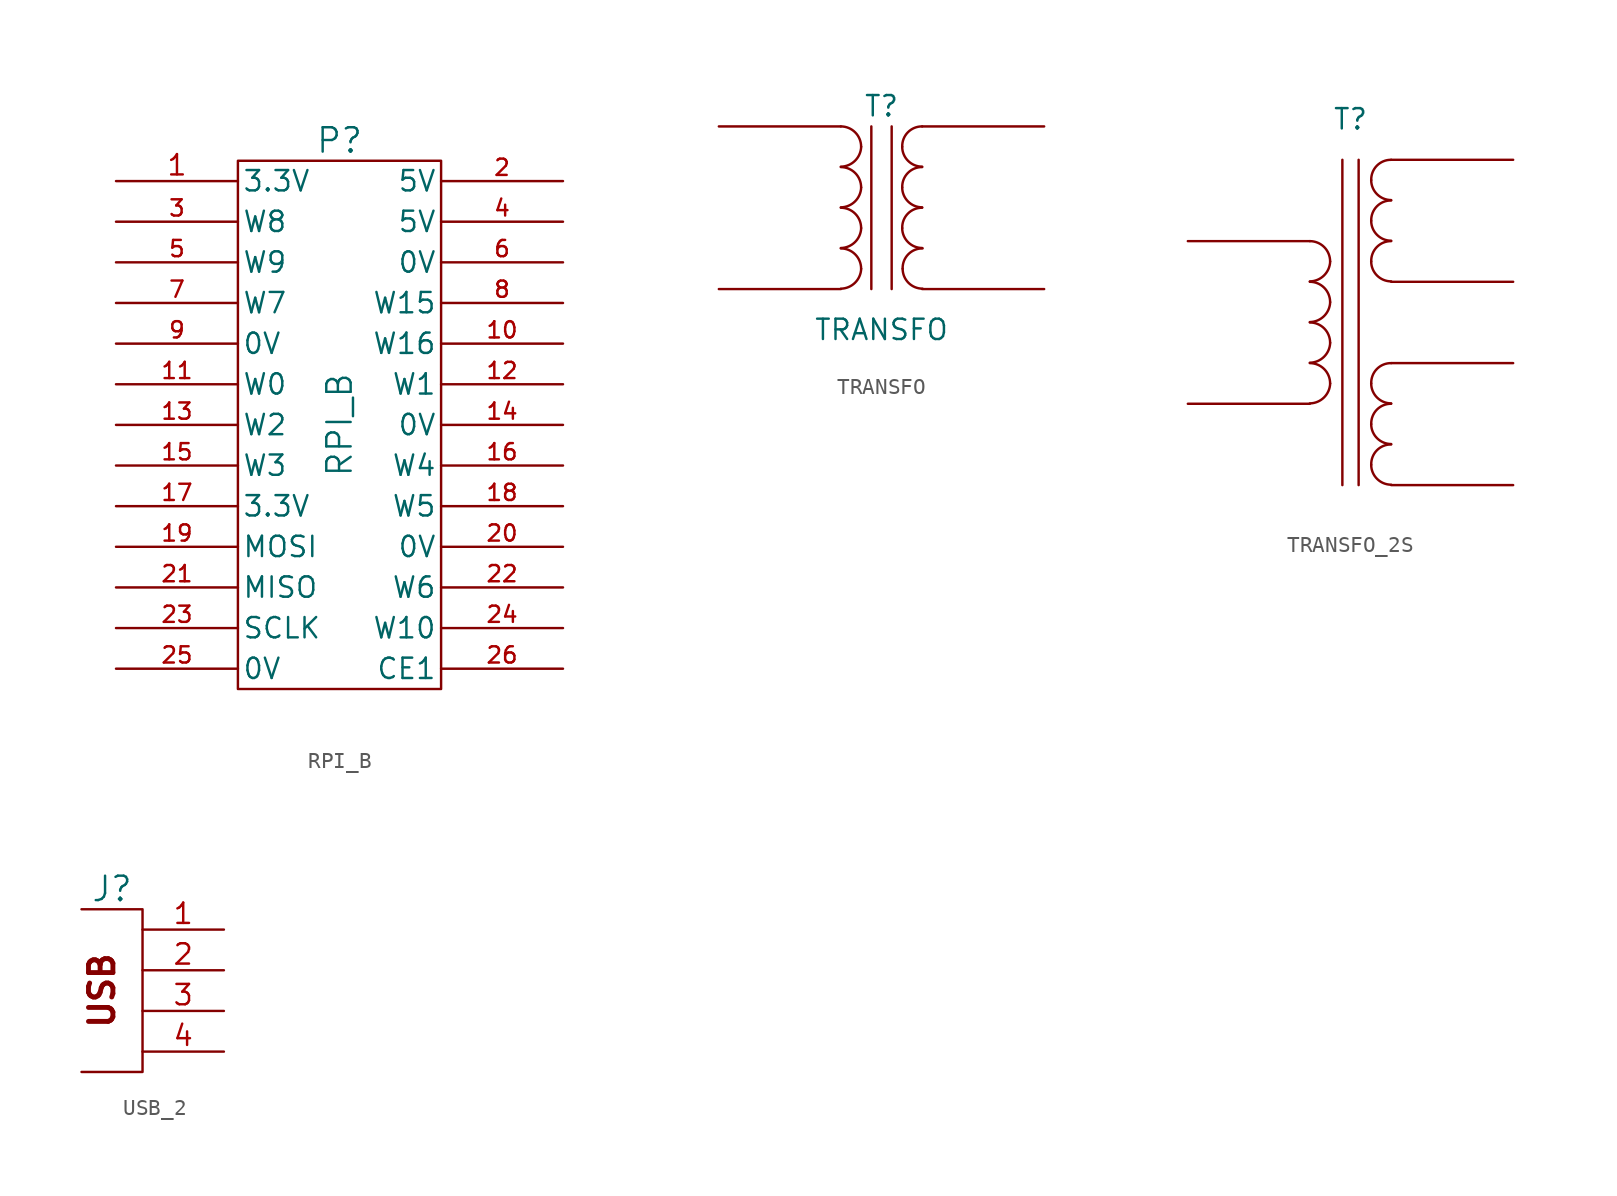
<source format=kicad_sym>
(kicad_symbol_lib
  (version 20211014)
  (generator kicad_symbol_editor)
  (symbol "RPI_B"
    (pin_names
      (offset 0.254))
    (property "Reference" "P"
      (at 0 17.78 0)
      (effects (font (size 1.524 1.524))))
    (property "Value" "RPI_B"
      (at 0 0 90)
      (effects (font (size 1.524 1.524))))
    (property "Footprint" ""
      (at 0 0 0)
      (effects (font (size 1.524 1.524))))
    (property "Datasheet" ""
      (at 0 0 0)
      (effects (font (size 1.524 1.524))))
    (symbol "RPI_B_0_1"
      (rectangle (start -6.35 16.51) (end 6.35 -16.51) (stroke (width 0) (type default) (color 0 0 0 0)) (fill (type none))))
    (symbol "RPI_B_1_1"
      (pin passive line (at -13.97 15.24 0) (length 7.62) (name "3.3V" (effects (font (size 1.27 1.27)))) (number "1" (effects (font (size 1.27 1.27)))))
      (pin passive line (at 13.97 5.08 180) (length 7.62) (name "W16" (effects (font (size 1.27 1.27)))) (number "10" (effects (font (size 1.016 1.016)))))
      (pin passive line (at -13.97 2.54 0) (length 7.62) (name "W0" (effects (font (size 1.27 1.27)))) (number "11" (effects (font (size 1.016 1.016)))))
      (pin passive line (at 13.97 2.54 180) (length 7.62) (name "W1" (effects (font (size 1.27 1.27)))) (number "12" (effects (font (size 1.016 1.016)))))
      (pin passive line (at -13.97 0 0) (length 7.62) (name "W2" (effects (font (size 1.27 1.27)))) (number "13" (effects (font (size 1.016 1.016)))))
      (pin passive line (at 13.97 0 180) (length 7.62) (name "0V" (effects (font (size 1.27 1.27)))) (number "14" (effects (font (size 1.016 1.016)))))
      (pin passive line (at -13.97 -2.54 0) (length 7.62) (name "W3" (effects (font (size 1.27 1.27)))) (number "15" (effects (font (size 1.016 1.016)))))
      (pin passive line (at 13.97 -2.54 180) (length 7.62) (name "W4" (effects (font (size 1.27 1.27)))) (number "16" (effects (font (size 1.016 1.016)))))
      (pin passive line (at -13.97 -5.08 0) (length 7.62) (name "3.3V" (effects (font (size 1.27 1.27)))) (number "17" (effects (font (size 1.016 1.016)))))
      (pin passive line (at 13.97 -5.08 180) (length 7.62) (name "W5" (effects (font (size 1.27 1.27)))) (number "18" (effects (font (size 1.016 1.016)))))
      (pin passive line (at -13.97 -7.62 0) (length 7.62) (name "MOSI" (effects (font (size 1.27 1.27)))) (number "19" (effects (font (size 1.016 1.016)))))
      (pin passive line (at 13.97 15.24 180) (length 7.62) (name "5V" (effects (font (size 1.27 1.27)))) (number "2" (effects (font (size 1.016 1.016)))))
      (pin passive line (at 13.97 -7.62 180) (length 7.62) (name "0V" (effects (font (size 1.27 1.27)))) (number "20" (effects (font (size 1.016 1.016)))))
      (pin passive line (at -13.97 -10.16 0) (length 7.62) (name "MISO" (effects (font (size 1.27 1.27)))) (number "21" (effects (font (size 1.016 1.016)))))
      (pin passive line (at 13.97 -10.16 180) (length 7.62) (name "W6" (effects (font (size 1.27 1.27)))) (number "22" (effects (font (size 1.016 1.016)))))
      (pin passive line (at -13.97 -12.7 0) (length 7.62) (name "SCLK" (effects (font (size 1.27 1.27)))) (number "23" (effects (font (size 1.016 1.016)))))
      (pin passive line (at 13.97 -12.7 180) (length 7.62) (name "W10" (effects (font (size 1.27 1.27)))) (number "24" (effects (font (size 1.016 1.016)))))
      (pin passive line (at -13.97 -15.24 0) (length 7.62) (name "0V" (effects (font (size 1.27 1.27)))) (number "25" (effects (font (size 1.016 1.016)))))
      (pin passive line (at 13.97 -15.24 180) (length 7.62) (name "CE1" (effects (font (size 1.27 1.27)))) (number "26" (effects (font (size 1.016 1.016)))))
      (pin passive line (at -13.97 12.7 0) (length 7.62) (name "W8" (effects (font (size 1.27 1.27)))) (number "3" (effects (font (size 1.016 1.016)))))
      (pin passive line (at 13.97 12.7 180) (length 7.62) (name "5V" (effects (font (size 1.27 1.27)))) (number "4" (effects (font (size 1.016 1.016)))))
      (pin passive line (at -13.97 10.16 0) (length 7.62) (name "W9" (effects (font (size 1.27 1.27)))) (number "5" (effects (font (size 1.016 1.016)))))
      (pin passive line (at 13.97 10.16 180) (length 7.62) (name "0V" (effects (font (size 1.27 1.27)))) (number "6" (effects (font (size 1.016 1.016)))))
      (pin passive line (at -13.97 7.62 0) (length 7.62) (name "W7" (effects (font (size 1.27 1.27)))) (number "7" (effects (font (size 1.016 1.016)))))
      (pin passive line (at 13.97 7.62 180) (length 7.62) (name "W15" (effects (font (size 1.27 1.27)))) (number "8" (effects (font (size 1.016 1.016)))))
      (pin passive line (at -13.97 5.08 0) (length 7.62) (name "0V" (effects (font (size 1.27 1.27)))) (number "9" (effects (font (size 1.016 1.016)))))))
  (symbol "TRANSFO"
    (pin_numbers hide)
    (pin_names
      (offset 1.016) hide)
    (property "Reference" "T"
      (at 0 6.35 0)
      (effects (font (size 1.27 1.27))))
    (property "Value" "TRANSFO"
      (at 0 -7.62 0)
      (effects (font (size 1.27 1.27))))
    (property "Footprint" ""
      (at 0 0 0)
      (effects (font (size 1.27 1.27))))
    (property "Datasheet" ""
      (at 0 0 0)
      (effects (font (size 1.27 1.27))))
    (symbol "TRANSFO_0_1"
      (arc (start -2.54 -5.0546) (mid -1.6599 -4.6901) (end -1.27 -3.81) (stroke (width 0) (type default) (color 0 0 0 0)) (fill (type none)))
      (arc (start -2.54 -2.5146) (mid -1.6599 -2.1501) (end -1.27 -1.27) (stroke (width 0) (type default) (color 0 0 0 0)) (fill (type none)))
      (arc (start -2.54 0.0254) (mid -1.6599 0.3899) (end -1.27 1.27) (stroke (width 0) (type default) (color 0 0 0 0)) (fill (type none)))
      (arc (start -2.54 2.5654) (mid -1.6599 2.9299) (end -1.27 3.81) (stroke (width 0) (type default) (color 0 0 0 0)) (fill (type none)))
      (arc (start -1.27 -3.81) (mid -1.642 -2.912) (end -2.54 -2.54) (stroke (width 0) (type default) (color 0 0 0 0)) (fill (type none)))
      (arc (start -1.27 -1.27) (mid -1.642 -0.372) (end -2.54 0) (stroke (width 0) (type default) (color 0 0 0 0)) (fill (type none)))
      (arc (start -1.27 1.27) (mid -1.642 2.168) (end -2.54 2.54) (stroke (width 0) (type default) (color 0 0 0 0)) (fill (type none)))
      (arc (start -1.27 3.81) (mid -1.642 4.708) (end -2.54 5.08) (stroke (width 0) (type default) (color 0 0 0 0)) (fill (type none)))
      (polyline (pts (xy -0.635 5.08) (xy -0.635 -5.08)) (stroke (width 0) (type default) (color 0 0 0 0)) (fill (type none)))
      (polyline (pts (xy 0.635 -5.08) (xy 0.635 5.08)) (stroke (width 0) (type default) (color 0 0 0 0)) (fill (type none)))
      (arc (start 1.2954 -1.27) (mid 1.6599 -2.1501) (end 2.54 -2.5146) (stroke (width 0) (type default) (color 0 0 0 0)) (fill (type none)))
      (arc (start 1.2954 1.27) (mid 1.6599 0.3899) (end 2.54 0.0254) (stroke (width 0) (type default) (color 0 0 0 0)) (fill (type none)))
      (arc (start 1.2954 3.81) (mid 1.6599 2.9299) (end 2.54 2.5654) (stroke (width 0) (type default) (color 0 0 0 0)) (fill (type none)))
      (arc (start 1.3208 -3.81) (mid 1.6853 -4.6901) (end 2.5654 -5.0546) (stroke (width 0) (type default) (color 0 0 0 0)) (fill (type none)))
      (arc (start 2.54 0) (mid 1.642 -0.372) (end 1.2954 -1.27) (stroke (width 0) (type default) (color 0 0 0 0)) (fill (type none)))
      (arc (start 2.54 2.54) (mid 1.642 2.168) (end 1.2954 1.27) (stroke (width 0) (type default) (color 0 0 0 0)) (fill (type none)))
      (arc (start 2.54 5.08) (mid 1.642 4.708) (end 1.2954 3.81) (stroke (width 0) (type default) (color 0 0 0 0)) (fill (type none)))
      (arc (start 2.5654 -2.54) (mid 1.6674 -2.912) (end 1.3208 -3.81) (stroke (width 0) (type default) (color 0 0 0 0)) (fill (type none))))
    (symbol "TRANSFO_1_1"
      (pin passive line (at -10.16 5.08 0) (length 7.62) (name "AA" (effects (font (size 1.27 1.27)))) (number "1" (effects (font (size 1.27 1.27)))))
      (pin passive line (at -10.16 -5.08 0) (length 7.62) (name "AB" (effects (font (size 1.27 1.27)))) (number "2" (effects (font (size 1.27 1.27)))))
      (pin passive line (at 10.16 -5.08 180) (length 7.62) (name "SA" (effects (font (size 1.27 1.27)))) (number "3" (effects (font (size 1.27 1.27)))))
      (pin passive line (at 10.16 5.08 180) (length 7.62) (name "SB" (effects (font (size 1.27 1.27)))) (number "4" (effects (font (size 1.27 1.27)))))))
  (symbol "TRANSFO_2S"
    (pin_numbers hide)
    (pin_names
      (offset 1.016) hide)
    (property "Reference" "T"
      (at 0 12.7 0)
      (effects (font (size 1.27 1.27))))
    (property "Footprint" ""
      (at 0 0 0)
      (effects (font (size 1.27 1.27))))
    (property "Datasheet" ""
      (at 0 0 0)
      (effects (font (size 1.27 1.27))))
    (symbol "TRANSFO_2S_0_1"
      (arc (start -2.54 -5.0546) (mid -1.6599 -4.6901) (end -1.27 -3.81) (stroke (width 0) (type default) (color 0 0 0 0)) (fill (type none)))
      (arc (start -2.54 -2.5146) (mid -1.6599 -2.1501) (end -1.27 -1.27) (stroke (width 0) (type default) (color 0 0 0 0)) (fill (type none)))
      (arc (start -2.54 0.0254) (mid -1.6599 0.3899) (end -1.27 1.27) (stroke (width 0) (type default) (color 0 0 0 0)) (fill (type none)))
      (arc (start -2.54 2.5654) (mid -1.6599 2.9299) (end -1.27 3.81) (stroke (width 0) (type default) (color 0 0 0 0)) (fill (type none)))
      (arc (start -1.27 -3.81) (mid -1.642 -2.912) (end -2.54 -2.54) (stroke (width 0) (type default) (color 0 0 0 0)) (fill (type none)))
      (arc (start -1.27 -1.27) (mid -1.642 -0.372) (end -2.54 0) (stroke (width 0) (type default) (color 0 0 0 0)) (fill (type none)))
      (arc (start -1.27 1.27) (mid -1.642 2.168) (end -2.54 2.54) (stroke (width 0) (type default) (color 0 0 0 0)) (fill (type none)))
      (arc (start -1.27 3.81) (mid -1.642 4.708) (end -2.54 5.08) (stroke (width 0) (type default) (color 0 0 0 0)) (fill (type none)))
      (polyline (pts (xy -0.508 -10.16) (xy -0.508 10.16)) (stroke (width 0) (type default) (color 0 0 0 0)) (fill (type none)))
      (polyline (pts (xy 0.508 10.16) (xy 0.508 -10.16)) (stroke (width 0) (type default) (color 0 0 0 0)) (fill (type none)))
      (arc (start 1.2954 -8.89) (mid 1.6599 -9.7701) (end 2.54 -10.1346) (stroke (width 0) (type default) (color 0 0 0 0)) (fill (type none)))
      (arc (start 1.2954 -6.35) (mid 1.6599 -7.2301) (end 2.54 -7.5946) (stroke (width 0) (type default) (color 0 0 0 0)) (fill (type none)))
      (arc (start 1.2954 -3.81) (mid 1.6599 -4.6901) (end 2.54 -5.0546) (stroke (width 0) (type default) (color 0 0 0 0)) (fill (type none)))
      (arc (start 1.2954 3.81) (mid 1.6599 2.9299) (end 2.54 2.5654) (stroke (width 0) (type default) (color 0 0 0 0)) (fill (type none)))
      (arc (start 1.2954 6.35) (mid 1.6599 5.4699) (end 2.54 5.1054) (stroke (width 0) (type default) (color 0 0 0 0)) (fill (type none)))
      (arc (start 1.2954 8.89) (mid 1.6599 8.0099) (end 2.54 7.6454) (stroke (width 0) (type default) (color 0 0 0 0)) (fill (type none)))
      (arc (start 2.54 -7.62) (mid 1.642 -7.992) (end 1.2954 -8.89) (stroke (width 0) (type default) (color 0 0 0 0)) (fill (type none)))
      (arc (start 2.54 -5.08) (mid 1.642 -5.452) (end 1.2954 -6.35) (stroke (width 0) (type default) (color 0 0 0 0)) (fill (type none)))
      (arc (start 2.54 -2.54) (mid 1.642 -2.912) (end 1.2954 -3.81) (stroke (width 0) (type default) (color 0 0 0 0)) (fill (type none)))
      (arc (start 2.54 5.08) (mid 1.642 4.708) (end 1.2954 3.81) (stroke (width 0) (type default) (color 0 0 0 0)) (fill (type none)))
      (arc (start 2.54 7.62) (mid 1.642 7.248) (end 1.2954 6.35) (stroke (width 0) (type default) (color 0 0 0 0)) (fill (type none)))
      (arc (start 2.54 10.16) (mid 1.642 9.788) (end 1.2954 8.89) (stroke (width 0) (type default) (color 0 0 0 0)) (fill (type none))))
    (symbol "TRANSFO_2S_1_1"
      (pin passive line (at -10.16 5.08 0) (length 7.62) (name "AA" (effects (font (size 1.27 1.27)))) (number "1" (effects (font (size 1.27 1.27)))))
      (pin passive line (at -10.16 -5.08 0) (length 7.62) (name "AB" (effects (font (size 1.27 1.27)))) (number "2" (effects (font (size 1.27 1.27)))))
      (pin passive line (at 10.16 10.16 180) (length 7.62) (name "SA" (effects (font (size 1.27 1.27)))) (number "3" (effects (font (size 1.27 1.27)))))
      (pin passive line (at 10.16 2.54 180) (length 7.62) (name "SB" (effects (font (size 1.27 1.27)))) (number "4" (effects (font (size 1.27 1.27)))))
      (pin passive line (at 10.16 -2.54 180) (length 7.62) (name "SC" (effects (font (size 1.27 1.27)))) (number "5" (effects (font (size 1.27 1.27)))))
      (pin passive line (at 10.16 -10.16 180) (length 7.62) (name "SD" (effects (font (size 1.27 1.27)))) (number "6" (effects (font (size 1.27 1.27)))))))
  (symbol "USB_2"
    (pin_names
      (offset 1.016))
    (property "Reference" "J"
      (at -1.905 6.35 0)
      (effects (font (size 1.524 1.524))))
    (property "Footprint" ""
      (at 0 0 0)
      (effects (font (size 1.524 1.524))))
    (property "Datasheet" ""
      (at 0 0 0)
      (effects (font (size 1.524 1.524))))
    (symbol "USB_2_0_0"
      (polyline (pts (xy -3.81 5.08) (xy 0 5.08) (xy 0 -5.08) (xy -3.81 -5.08) (xy -3.81 -5.08)) (stroke (width 0) (type default) (color 0 0 0 0)) (fill (type none)))
      (text "USB" (at -2.54 0 900) (effects (font (size 1.524 1.524) bold))))
    (symbol "USB_2_1_1"
      (pin input line (at 5.08 3.81 180) (length 5.08) (name "~" (effects (font (size 1.27 1.27)))) (number "1" (effects (font (size 1.27 1.27)))))
      (pin input line (at 5.08 1.27 180) (length 5.08) (name "~" (effects (font (size 1.27 1.27)))) (number "2" (effects (font (size 1.27 1.27)))))
      (pin input line (at 5.08 -1.27 180) (length 5.08) (name "~" (effects (font (size 1.27 1.27)))) (number "3" (effects (font (size 1.27 1.27)))))
      (pin input line (at 5.08 -3.81 180) (length 5.08) (name "~" (effects (font (size 1.27 1.27)))) (number "4" (effects (font (size 1.27 1.27))))))))
</source>
